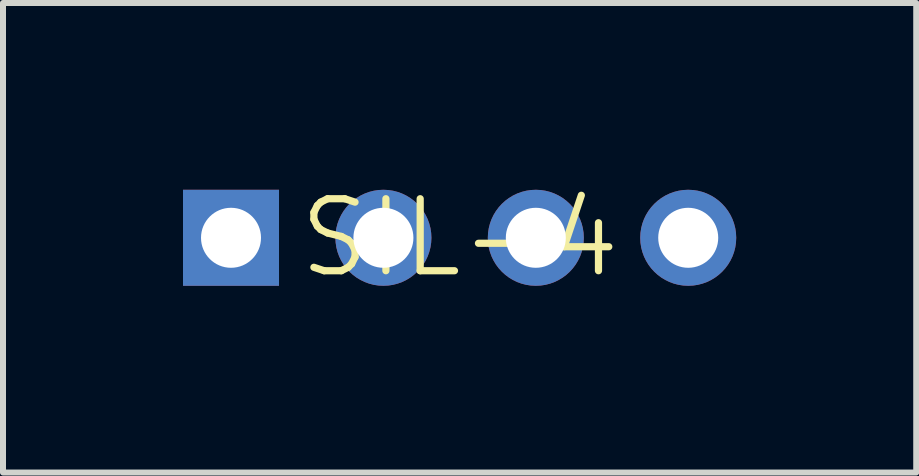
<source format=kicad_pcb>
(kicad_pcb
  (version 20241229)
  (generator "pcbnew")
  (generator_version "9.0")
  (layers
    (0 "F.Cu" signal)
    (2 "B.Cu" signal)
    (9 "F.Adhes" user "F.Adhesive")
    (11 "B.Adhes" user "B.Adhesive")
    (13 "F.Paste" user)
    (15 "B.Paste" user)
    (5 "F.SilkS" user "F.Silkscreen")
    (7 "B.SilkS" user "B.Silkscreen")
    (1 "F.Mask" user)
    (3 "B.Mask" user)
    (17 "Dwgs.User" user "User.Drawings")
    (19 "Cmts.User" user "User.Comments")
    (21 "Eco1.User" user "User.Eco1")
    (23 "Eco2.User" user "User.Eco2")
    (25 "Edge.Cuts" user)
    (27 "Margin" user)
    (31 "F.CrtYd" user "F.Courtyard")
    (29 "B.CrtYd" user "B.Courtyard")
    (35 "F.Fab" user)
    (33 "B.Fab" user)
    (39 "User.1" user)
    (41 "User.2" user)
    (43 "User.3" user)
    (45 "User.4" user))
  (footprint "SIL-4"
    (layer "F.Cu")
    (at 4.61 0.913)
    (property "Reference" "SIL-4" (at 0 0 0) (layer "F.SilkS") (effects (font (size 1.2 1.2) (thickness 0.12))))
    (attr through_hole)
    (pad "1" thru_hole rect (at -3.81 0) (size 1.6 1.6) (drill 1) (layers "*.Cu" "*.Mask"))
    (pad "2" thru_hole circle (at -1.27 0) (size 1.6 1.6) (drill 1) (layers "*.Cu" "*.Mask"))
    (pad "3" thru_hole circle (at 1.27 0) (size 1.6 1.6) (drill 1) (layers "*.Cu" "*.Mask"))
    (pad "4" thru_hole circle (at 3.81 0) (size 1.6 1.6) (drill 1) (layers "*.Cu" "*.Mask")))
  (gr_rect
    (start -3 -3)
    (end 12.22 4.825)
    (stroke (width 0.1) (type default))
    (fill no)
    (layer "Edge.Cuts")))
</source>
